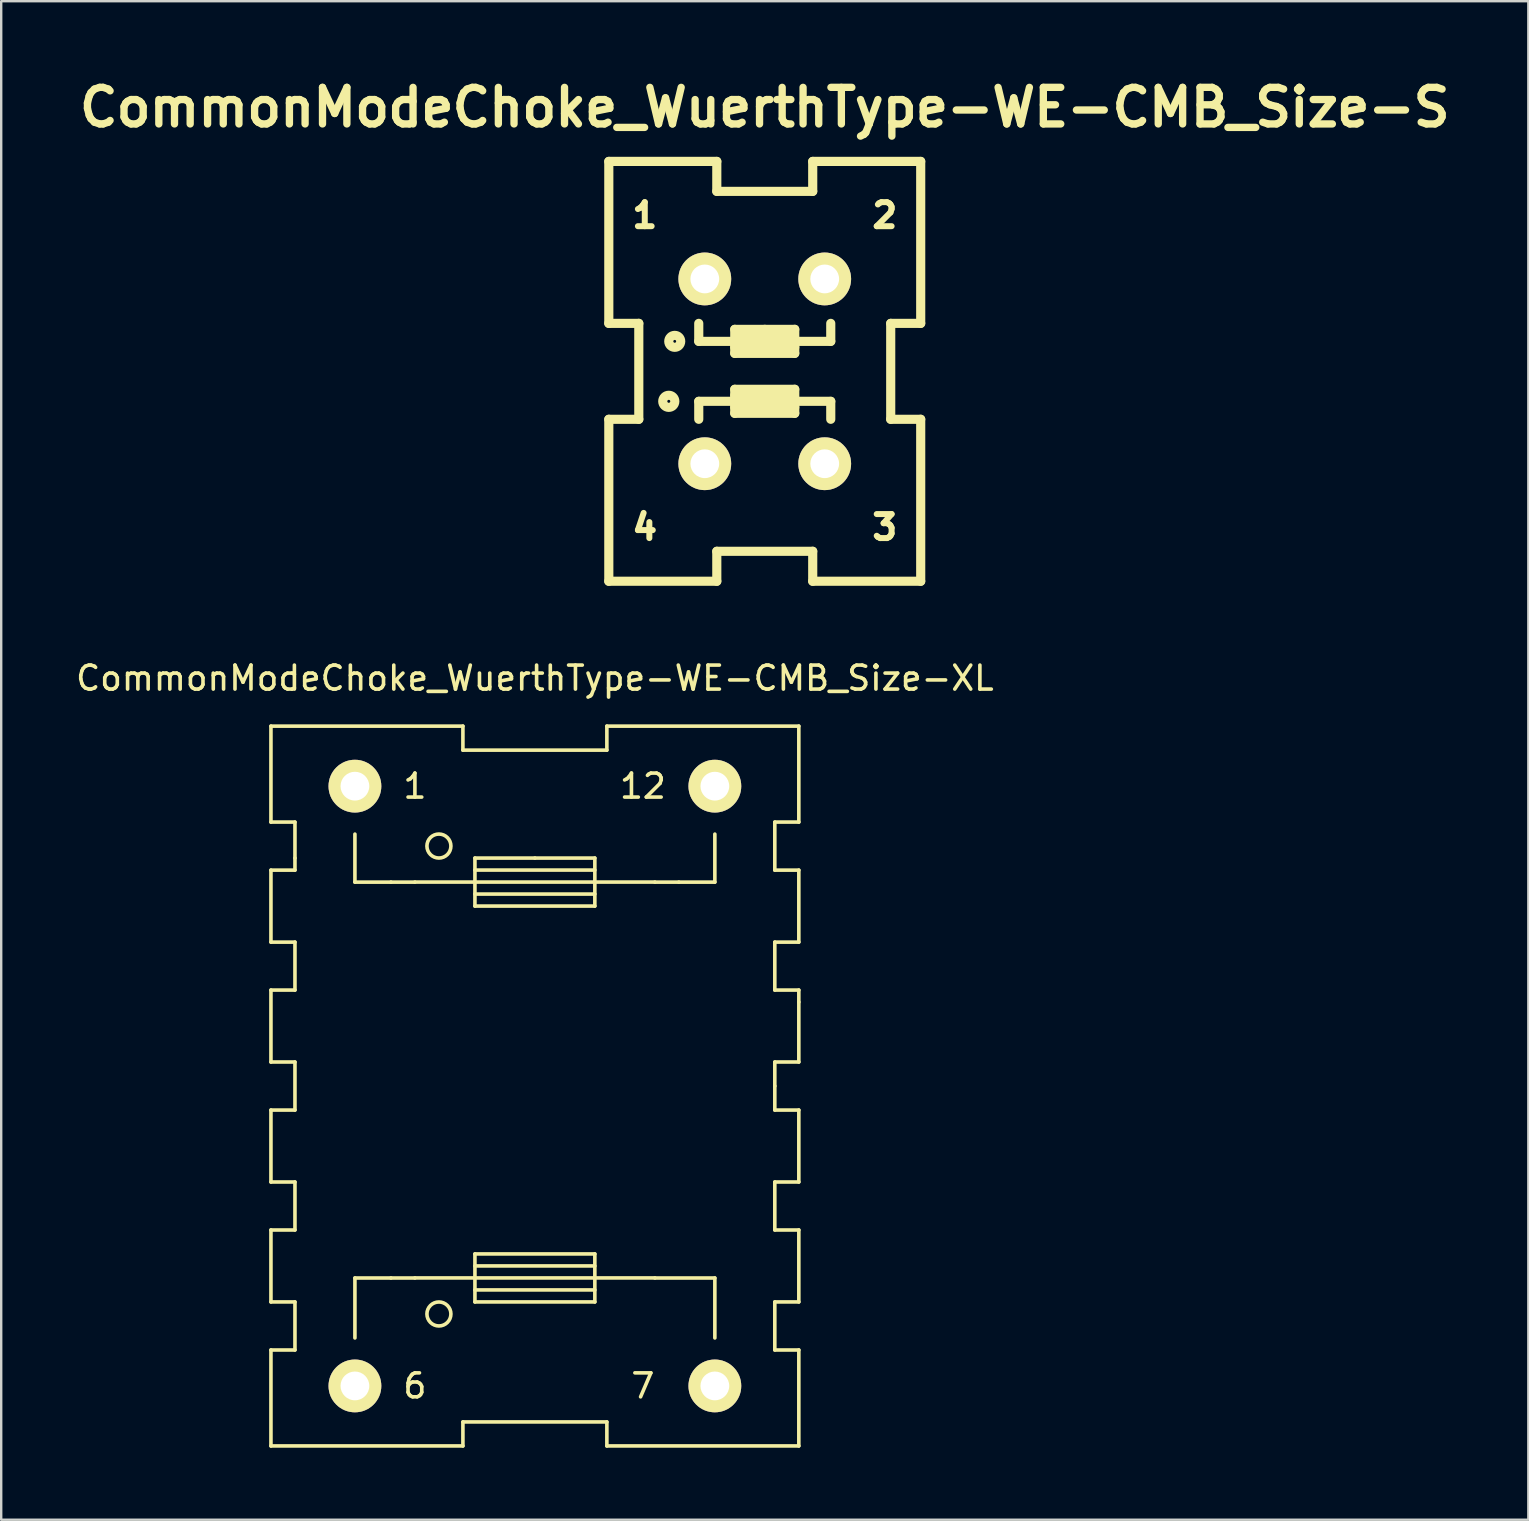
<source format=kicad_pcb>
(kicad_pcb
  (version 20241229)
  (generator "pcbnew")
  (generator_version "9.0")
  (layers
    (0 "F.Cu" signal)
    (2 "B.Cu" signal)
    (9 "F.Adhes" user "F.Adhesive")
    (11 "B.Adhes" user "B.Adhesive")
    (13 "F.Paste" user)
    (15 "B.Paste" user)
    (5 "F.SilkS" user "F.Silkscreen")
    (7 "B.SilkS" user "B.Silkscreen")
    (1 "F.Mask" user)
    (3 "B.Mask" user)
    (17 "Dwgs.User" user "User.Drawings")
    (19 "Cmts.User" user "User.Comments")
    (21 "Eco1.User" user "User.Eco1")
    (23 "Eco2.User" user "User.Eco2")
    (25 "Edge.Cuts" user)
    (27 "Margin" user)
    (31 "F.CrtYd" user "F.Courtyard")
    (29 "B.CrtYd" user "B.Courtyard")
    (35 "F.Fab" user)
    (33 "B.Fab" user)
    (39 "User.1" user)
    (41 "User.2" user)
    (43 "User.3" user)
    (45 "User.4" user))
  (footprint "CommonModeChoke_WuerthType-WE-CMB_Size-S"
    (layer "F.Cu")
    (at 28.825 12.427)
    (property "Reference" "CommonModeChoke_WuerthType-WE-CMB_Size-S" (at 0 -11.001 0) (layer "F.SilkS") (effects (font (size 1.524 1.524) (thickness 0.305))))
    (attr through_hole)
    (fp_line (start -6.5 -8.75) (end -6.5 -1.999) (stroke (width 0.381) (type solid)) (layer "F.SilkS"))
    (fp_line (start -6.5 -1.999) (end -5.25 -1.999) (stroke (width 0.381) (type solid)) (layer "F.SilkS"))
    (fp_line (start -6.5 1.999) (end -6.5 8.75) (stroke (width 0.381) (type solid)) (layer "F.SilkS"))
    (fp_line (start -6.5 8.75) (end -1.999 8.75) (stroke (width 0.381) (type solid)) (layer "F.SilkS"))
    (fp_line (start -5.25 -1.999) (end -5.25 1.999) (stroke (width 0.381) (type solid)) (layer "F.SilkS"))
    (fp_line (start -5.25 1.999) (end -6.5 1.999) (stroke (width 0.381) (type solid)) (layer "F.SilkS"))
    (fp_line (start -2.751 -1.25) (end -2.751 -1.999) (stroke (width 0.381) (type solid)) (layer "F.SilkS"))
    (fp_line (start -2.751 1.25) (end -2.751 1.999) (stroke (width 0.381) (type solid)) (layer "F.SilkS"))
    (fp_line (start -1.999 -8.75) (end -6.5 -8.75) (stroke (width 0.381) (type solid)) (layer "F.SilkS"))
    (fp_line (start -1.999 -7.501) (end -1.999 -8.75) (stroke (width 0.381) (type solid)) (layer "F.SilkS"))
    (fp_line (start -1.999 7.501) (end 1.999 7.501) (stroke (width 0.381) (type solid)) (layer "F.SilkS"))
    (fp_line (start -1.999 8.75) (end -1.999 7.501) (stroke (width 0.381) (type solid)) (layer "F.SilkS"))
    (fp_line (start -1.25 -1.75) (end 0 -1.75) (stroke (width 0.381) (type solid)) (layer "F.SilkS"))
    (fp_line (start -1.25 -1.25) (end -2.751 -1.25) (stroke (width 0.381) (type solid)) (layer "F.SilkS"))
    (fp_line (start -1.25 -1.001) (end 1.25 -1.001) (stroke (width 0.381) (type solid)) (layer "F.SilkS"))
    (fp_line (start -1.25 -0.749) (end -1.25 -1.75) (stroke (width 0.381) (type solid)) (layer "F.SilkS"))
    (fp_line (start -1.25 0.749) (end 1.25 0.749) (stroke (width 0.381) (type solid)) (layer "F.SilkS"))
    (fp_line (start -1.25 1.001) (end 1.001 1.001) (stroke (width 0.381) (type solid)) (layer "F.SilkS"))
    (fp_line (start -1.25 1.25) (end -2.751 1.25) (stroke (width 0.381) (type solid)) (layer "F.SilkS"))
    (fp_line (start -1.25 1.75) (end -1.25 0.749) (stroke (width 0.381) (type solid)) (layer "F.SilkS"))
    (fp_line (start 0 -1.75) (end 1.25 -1.75) (stroke (width 0.381) (type solid)) (layer "F.SilkS"))
    (fp_line (start 1.001 -1.501) (end -1.001 -1.501) (stroke (width 0.381) (type solid)) (layer "F.SilkS"))
    (fp_line (start 1.001 -1.25) (end -1.25 -1.25) (stroke (width 0.381) (type solid)) (layer "F.SilkS"))
    (fp_line (start 1.25 -1.75) (end 1.25 -0.749) (stroke (width 0.381) (type solid)) (layer "F.SilkS"))
    (fp_line (start 1.25 -1.25) (end 2.751 -1.25) (stroke (width 0.381) (type solid)) (layer "F.SilkS"))
    (fp_line (start 1.25 -0.749) (end -1.25 -0.749) (stroke (width 0.381) (type solid)) (layer "F.SilkS"))
    (fp_line (start 1.25 0.749) (end 1.25 1.75) (stroke (width 0.381) (type solid)) (layer "F.SilkS"))
    (fp_line (start 1.25 1.25) (end -1.25 1.25) (stroke (width 0.381) (type solid)) (layer "F.SilkS"))
    (fp_line (start 1.25 1.25) (end 2.751 1.25) (stroke (width 0.381) (type solid)) (layer "F.SilkS"))
    (fp_line (start 1.25 1.501) (end -1.25 1.501) (stroke (width 0.381) (type solid)) (layer "F.SilkS"))
    (fp_line (start 1.25 1.75) (end -1.25 1.75) (stroke (width 0.381) (type solid)) (layer "F.SilkS"))
    (fp_line (start 1.999 -8.75) (end 1.999 -7.501) (stroke (width 0.381) (type solid)) (layer "F.SilkS"))
    (fp_line (start 1.999 -7.501) (end -1.999 -7.501) (stroke (width 0.381) (type solid)) (layer "F.SilkS"))
    (fp_line (start 1.999 7.501) (end 1.999 8.75) (stroke (width 0.381) (type solid)) (layer "F.SilkS"))
    (fp_line (start 1.999 8.75) (end 6.5 8.75) (stroke (width 0.381) (type solid)) (layer "F.SilkS"))
    (fp_line (start 2.751 -1.25) (end 2.751 -1.999) (stroke (width 0.381) (type solid)) (layer "F.SilkS"))
    (fp_line (start 2.751 1.25) (end 2.751 1.999) (stroke (width 0.381) (type solid)) (layer "F.SilkS"))
    (fp_line (start 5.25 -1.999) (end 6.5 -1.999) (stroke (width 0.381) (type solid)) (layer "F.SilkS"))
    (fp_line (start 5.25 1.999) (end 5.25 -1.999) (stroke (width 0.381) (type solid)) (layer "F.SilkS"))
    (fp_line (start 6.5 -8.75) (end 1.999 -8.75) (stroke (width 0.381) (type solid)) (layer "F.SilkS"))
    (fp_line (start 6.5 -1.999) (end 6.5 -8.75) (stroke (width 0.381) (type solid)) (layer "F.SilkS"))
    (fp_line (start 6.5 1.999) (end 5.25 1.999) (stroke (width 0.381) (type solid)) (layer "F.SilkS"))
    (fp_line (start 6.5 8.75) (end 6.5 1.999) (stroke (width 0.381) (type solid)) (layer "F.SilkS"))
    (fp_circle (center -4 1.25) (end -4 0.998) (stroke (width 0.381) (type solid)) (fill no) (layer "F.SilkS"))
    (fp_circle (center -3.752 -1.25) (end -3.503 -1.25) (stroke (width 0.381) (type solid)) (fill no) (layer "F.SilkS"))
    (fp_text user "3" (at 5.001 6.5 0) (layer "F.SilkS") (effects (font (size 1.001 1.001) (thickness 0.251))))
    (fp_text user "4" (at -5.001 6.5 0) (layer "F.SilkS") (effects (font (size 1.001 1.001) (thickness 0.251))))
    (fp_text user "2" (at 5.001 -6.5 0) (layer "F.SilkS") (effects (font (size 1.001 1.001) (thickness 0.251))))
    (fp_text user "1" (at -5.001 -6.5 0) (layer "F.SilkS") (effects (font (size 1.001 1.001) (thickness 0.251))))
    (pad "1" thru_hole circle (at -2.499 -3.851) (size 2.2 2.2) (drill 1.199) (layers "*.Cu" "*.Mask" "F.SilkS"))
    (pad "2" thru_hole circle (at 2.499 -3.851) (size 2.2 2.2) (drill 1.199) (layers "*.Cu" "*.Mask" "F.SilkS"))
    (pad "3" thru_hole circle (at 2.499 3.851) (size 2.2 2.2) (drill 1.199) (layers "*.Cu" "*.Mask" "F.SilkS"))
    (pad "4" thru_hole circle (at -2.499 3.851) (size 2.2 2.2) (drill 1.199) (layers "*.Cu" "*.Mask" "F.SilkS")))
  (footprint "CommonModeChoke_WuerthType-WE-CMB_Size-XL"
    (layer "F.Cu")
    (at 19.244 42.216)
    (property "Reference" "CommonModeChoke_WuerthType-WE-CMB_Size-XL" (at 0 -17 0) (layer "F.SilkS") (effects (font (size 1 1) (thickness 0.15))))
    (attr through_hole)
    (fp_line (start -11.001 -15.001) (end -11.001 -11.001) (stroke (width 0.15) (type solid)) (layer "F.SilkS"))
    (fp_line (start -11.001 -11.001) (end -10 -11.001) (stroke (width 0.15) (type solid)) (layer "F.SilkS"))
    (fp_line (start -11.001 -8.999) (end -11.001 -5.999) (stroke (width 0.15) (type solid)) (layer "F.SilkS"))
    (fp_line (start -11.001 -5.999) (end -10 -5.999) (stroke (width 0.15) (type solid)) (layer "F.SilkS"))
    (fp_line (start -11.001 -4) (end -11.001 -1.001) (stroke (width 0.15) (type solid)) (layer "F.SilkS"))
    (fp_line (start -11.001 -1.001) (end -10 -1.001) (stroke (width 0.15) (type solid)) (layer "F.SilkS"))
    (fp_line (start -11.001 1.001) (end -11.001 4) (stroke (width 0.15) (type solid)) (layer "F.SilkS"))
    (fp_line (start -11.001 4) (end -10 4) (stroke (width 0.15) (type solid)) (layer "F.SilkS"))
    (fp_line (start -11.001 5.999) (end -11.001 8.999) (stroke (width 0.15) (type solid)) (layer "F.SilkS"))
    (fp_line (start -11.001 8.999) (end -10 8.999) (stroke (width 0.15) (type solid)) (layer "F.SilkS"))
    (fp_line (start -11.001 11.001) (end -11.001 15.001) (stroke (width 0.15) (type solid)) (layer "F.SilkS"))
    (fp_line (start -10 -11.001) (end -10 -9.5) (stroke (width 0.15) (type solid)) (layer "F.SilkS"))
    (fp_line (start -10 -9.5) (end -10 -8.999) (stroke (width 0.15) (type solid)) (layer "F.SilkS"))
    (fp_line (start -10 -8.999) (end -11.001 -8.999) (stroke (width 0.15) (type solid)) (layer "F.SilkS"))
    (fp_line (start -10 -5.999) (end -10 -4) (stroke (width 0.15) (type solid)) (layer "F.SilkS"))
    (fp_line (start -10 -4) (end -11.001 -4) (stroke (width 0.15) (type solid)) (layer "F.SilkS"))
    (fp_line (start -10 -1.001) (end -10 1.001) (stroke (width 0.15) (type solid)) (layer "F.SilkS"))
    (fp_line (start -10 1.001) (end -11.001 1.001) (stroke (width 0.15) (type solid)) (layer "F.SilkS"))
    (fp_line (start -10 4) (end -10 5.999) (stroke (width 0.15) (type solid)) (layer "F.SilkS"))
    (fp_line (start -10 5.999) (end -11.001 5.999) (stroke (width 0.15) (type solid)) (layer "F.SilkS"))
    (fp_line (start -10 8.999) (end -10 11.001) (stroke (width 0.15) (type solid)) (layer "F.SilkS"))
    (fp_line (start -10 11.001) (end -11.001 11.001) (stroke (width 0.15) (type solid)) (layer "F.SilkS"))
    (fp_line (start -7.501 -8.499) (end -7.501 -10.5) (stroke (width 0.15) (type solid)) (layer "F.SilkS"))
    (fp_line (start -7.501 8.001) (end -7.501 10.5) (stroke (width 0.15) (type solid)) (layer "F.SilkS"))
    (fp_line (start -5.999 -8.499) (end -7.501 -8.499) (stroke (width 0.15) (type solid)) (layer "F.SilkS"))
    (fp_line (start -5.999 8.001) (end -7.501 8.001) (stroke (width 0.15) (type solid)) (layer "F.SilkS"))
    (fp_line (start -5.001 -8.499) (end -5.999 -8.499) (stroke (width 0.15) (type solid)) (layer "F.SilkS"))
    (fp_line (start -5.001 7.998) (end -2.499 7.998) (stroke (width 0.15) (type solid)) (layer "F.SilkS"))
    (fp_line (start -5.001 8.001) (end -5.999 8.001) (stroke (width 0.15) (type solid)) (layer "F.SilkS"))
    (fp_line (start -3 -15.001) (end -11.001 -15.001) (stroke (width 0.15) (type solid)) (layer "F.SilkS"))
    (fp_line (start -3 -14) (end -3 -15.001) (stroke (width 0.15) (type solid)) (layer "F.SilkS"))
    (fp_line (start -3 14) (end -3 15.001) (stroke (width 0.15) (type solid)) (layer "F.SilkS"))
    (fp_line (start -3 15.001) (end -11.001 15.001) (stroke (width 0.15) (type solid)) (layer "F.SilkS"))
    (fp_line (start -2.499 -9.502) (end 0 -9.502) (stroke (width 0.15) (type solid)) (layer "F.SilkS"))
    (fp_line (start -2.499 -8.501) (end -5.001 -8.501) (stroke (width 0.15) (type solid)) (layer "F.SilkS"))
    (fp_line (start -2.499 -8.501) (end 2.499 -8.501) (stroke (width 0.15) (type solid)) (layer "F.SilkS"))
    (fp_line (start -2.499 -8.001) (end 2.499 -8.001) (stroke (width 0.15) (type solid)) (layer "F.SilkS"))
    (fp_line (start -2.499 -7.501) (end -2.499 -9.502) (stroke (width 0.15) (type solid)) (layer "F.SilkS"))
    (fp_line (start -2.499 6.998) (end 2.499 6.998) (stroke (width 0.15) (type solid)) (layer "F.SilkS"))
    (fp_line (start -2.499 8.499) (end 2.499 8.499) (stroke (width 0.15) (type solid)) (layer "F.SilkS"))
    (fp_line (start -2.499 8.999) (end -2.499 6.998) (stroke (width 0.15) (type solid)) (layer "F.SilkS"))
    (fp_line (start 0 -9.502) (end 2.499 -9.502) (stroke (width 0.15) (type solid)) (layer "F.SilkS"))
    (fp_line (start 2.499 -9.502) (end 2.499 -7.501) (stroke (width 0.15) (type solid)) (layer "F.SilkS"))
    (fp_line (start 2.499 -9.002) (end -2.499 -9.002) (stroke (width 0.15) (type solid)) (layer "F.SilkS"))
    (fp_line (start 2.499 -8.501) (end 5.001 -8.501) (stroke (width 0.15) (type solid)) (layer "F.SilkS"))
    (fp_line (start 2.499 -7.501) (end -2.499 -7.501) (stroke (width 0.15) (type solid)) (layer "F.SilkS"))
    (fp_line (start 2.499 6.998) (end 2.499 8.999) (stroke (width 0.15) (type solid)) (layer "F.SilkS"))
    (fp_line (start 2.499 7.498) (end -2.499 7.498) (stroke (width 0.15) (type solid)) (layer "F.SilkS"))
    (fp_line (start 2.499 7.998) (end -2.499 7.998) (stroke (width 0.15) (type solid)) (layer "F.SilkS"))
    (fp_line (start 2.499 8.999) (end -2.499 8.999) (stroke (width 0.15) (type solid)) (layer "F.SilkS"))
    (fp_line (start 3 -15.001) (end 3 -14) (stroke (width 0.15) (type solid)) (layer "F.SilkS"))
    (fp_line (start 3 -14) (end -3 -14) (stroke (width 0.15) (type solid)) (layer "F.SilkS"))
    (fp_line (start 3 14) (end -3 14) (stroke (width 0.15) (type solid)) (layer "F.SilkS"))
    (fp_line (start 3 15.001) (end 3 14) (stroke (width 0.15) (type solid)) (layer "F.SilkS"))
    (fp_line (start 5.001 -8.499) (end 5.999 -8.499) (stroke (width 0.15) (type solid)) (layer "F.SilkS"))
    (fp_line (start 5.001 7.998) (end 2.499 7.998) (stroke (width 0.15) (type solid)) (layer "F.SilkS"))
    (fp_line (start 5.001 8.001) (end 7.501 8.001) (stroke (width 0.15) (type solid)) (layer "F.SilkS"))
    (fp_line (start 5.999 -8.499) (end 7.501 -8.499) (stroke (width 0.15) (type solid)) (layer "F.SilkS"))
    (fp_line (start 7.501 -8.499) (end 7.501 -10.5) (stroke (width 0.15) (type solid)) (layer "F.SilkS"))
    (fp_line (start 7.501 8.001) (end 7.501 10.5) (stroke (width 0.15) (type solid)) (layer "F.SilkS"))
    (fp_line (start 10 -11.001) (end 11.001 -11.001) (stroke (width 0.15) (type solid)) (layer "F.SilkS"))
    (fp_line (start 10 -8.999) (end 10 -11.001) (stroke (width 0.15) (type solid)) (layer "F.SilkS"))
    (fp_line (start 10 -5.999) (end 11.001 -5.999) (stroke (width 0.15) (type solid)) (layer "F.SilkS"))
    (fp_line (start 10 -4) (end 10 -5.999) (stroke (width 0.15) (type solid)) (layer "F.SilkS"))
    (fp_line (start 10 -1.001) (end 11.001 -1.001) (stroke (width 0.15) (type solid)) (layer "F.SilkS"))
    (fp_line (start 10 0) (end 10 -1.001) (stroke (width 0.15) (type solid)) (layer "F.SilkS"))
    (fp_line (start 10 0) (end 10 1.001) (stroke (width 0.15) (type solid)) (layer "F.SilkS"))
    (fp_line (start 10 1.001) (end 11.001 1.001) (stroke (width 0.15) (type solid)) (layer "F.SilkS"))
    (fp_line (start 10 4) (end 10 5.999) (stroke (width 0.15) (type solid)) (layer "F.SilkS"))
    (fp_line (start 10 5.999) (end 11.001 5.999) (stroke (width 0.15) (type solid)) (layer "F.SilkS"))
    (fp_line (start 10 8.999) (end 10 11.001) (stroke (width 0.15) (type solid)) (layer "F.SilkS"))
    (fp_line (start 10 11.001) (end 11.001 11.001) (stroke (width 0.15) (type solid)) (layer "F.SilkS"))
    (fp_line (start 11.001 -15.001) (end 3 -15.001) (stroke (width 0.15) (type solid)) (layer "F.SilkS"))
    (fp_line (start 11.001 -11.001) (end 11.001 -15.001) (stroke (width 0.15) (type solid)) (layer "F.SilkS"))
    (fp_line (start 11.001 -8.999) (end 10 -8.999) (stroke (width 0.15) (type solid)) (layer "F.SilkS"))
    (fp_line (start 11.001 -5.999) (end 11.001 -8.999) (stroke (width 0.15) (type solid)) (layer "F.SilkS"))
    (fp_line (start 11.001 -4) (end 10 -4) (stroke (width 0.15) (type solid)) (layer "F.SilkS"))
    (fp_line (start 11.001 -3.5) (end 11.001 -4) (stroke (width 0.15) (type solid)) (layer "F.SilkS"))
    (fp_line (start 11.001 -1.001) (end 11.001 -3.5) (stroke (width 0.15) (type solid)) (layer "F.SilkS"))
    (fp_line (start 11.001 1.001) (end 11.001 4) (stroke (width 0.15) (type solid)) (layer "F.SilkS"))
    (fp_line (start 11.001 4) (end 10 4) (stroke (width 0.15) (type solid)) (layer "F.SilkS"))
    (fp_line (start 11.001 5.999) (end 11.001 8.999) (stroke (width 0.15) (type solid)) (layer "F.SilkS"))
    (fp_line (start 11.001 8.999) (end 10 8.999) (stroke (width 0.15) (type solid)) (layer "F.SilkS"))
    (fp_line (start 11.001 11.001) (end 11.001 15.001) (stroke (width 0.15) (type solid)) (layer "F.SilkS"))
    (fp_line (start 11.001 15.001) (end 3 15.001) (stroke (width 0.15) (type solid)) (layer "F.SilkS"))
    (fp_circle (center -4 -10.003) (end -3.5 -10.003) (stroke (width 0.15) (type solid)) (fill no) (layer "F.SilkS"))
    (fp_circle (center -4 9.5) (end -3.5 9.5) (stroke (width 0.15) (type solid)) (fill no) (layer "F.SilkS"))
    (fp_text user "1" (at -5.001 -12.499 0) (layer "F.SilkS") (effects (font (size 1 1) (thickness 0.15))))
    (fp_text user "12" (at 4.501 -12.499 0) (layer "F.SilkS") (effects (font (size 1 1) (thickness 0.15))))
    (fp_text user "7" (at 4.501 12.499 0) (layer "F.SilkS") (effects (font (size 1 1) (thickness 0.15))))
    (fp_text user "6" (at -5.001 12.499 0) (layer "F.SilkS") (effects (font (size 1 1) (thickness 0.15))))
    (pad "1" thru_hole circle (at -7.501 -12.499) (size 2.2 2.2) (drill 1.199) (layers "*.Cu" "*.Mask" "F.SilkS"))
    (pad "6" thru_hole circle (at -7.501 12.499) (size 2.2 2.2) (drill 1.199) (layers "*.Cu" "*.Mask" "F.SilkS"))
    (pad "7" thru_hole circle (at 7.501 12.499) (size 2.2 2.2) (drill 1.199) (layers "*.Cu" "*.Mask" "F.SilkS"))
    (pad "12" thru_hole circle (at 7.501 -12.499) (size 2.2 2.2) (drill 1.199) (layers "*.Cu" "*.Mask" "F.SilkS")))
  (gr_rect
    (start -3 -3)
    (end 60.651 60.293)
    (stroke (width 0.1) (type default))
    (fill no)
    (layer "Edge.Cuts")))
</source>
